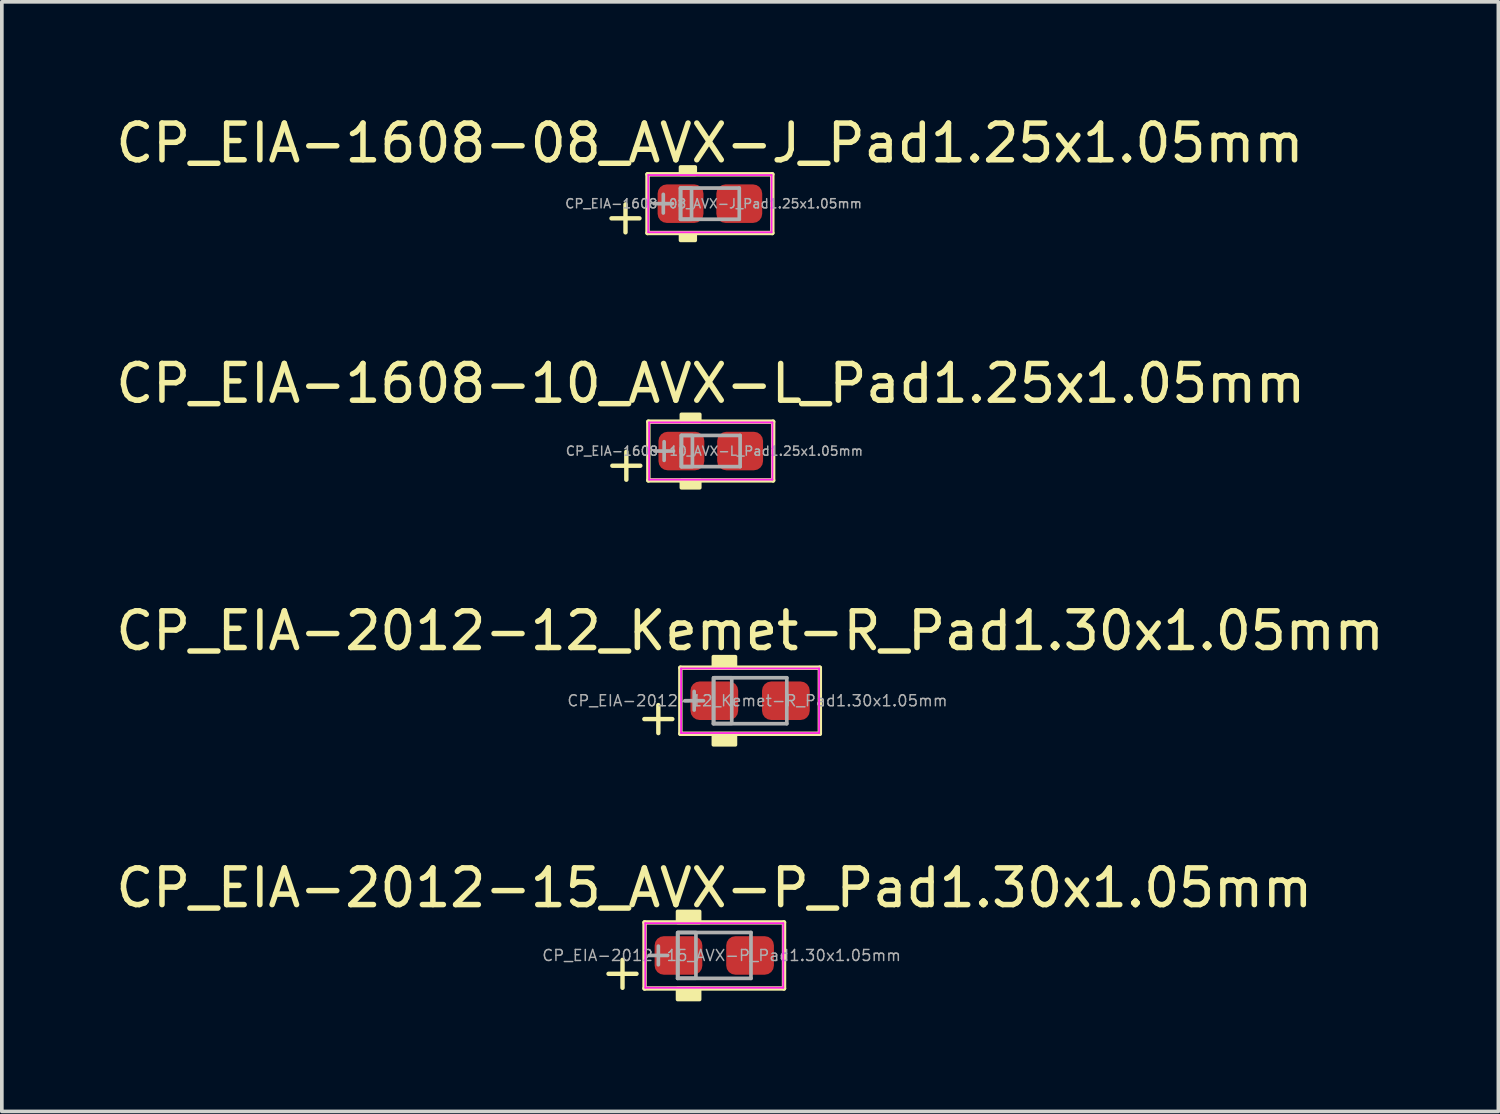
<source format=kicad_pcb>
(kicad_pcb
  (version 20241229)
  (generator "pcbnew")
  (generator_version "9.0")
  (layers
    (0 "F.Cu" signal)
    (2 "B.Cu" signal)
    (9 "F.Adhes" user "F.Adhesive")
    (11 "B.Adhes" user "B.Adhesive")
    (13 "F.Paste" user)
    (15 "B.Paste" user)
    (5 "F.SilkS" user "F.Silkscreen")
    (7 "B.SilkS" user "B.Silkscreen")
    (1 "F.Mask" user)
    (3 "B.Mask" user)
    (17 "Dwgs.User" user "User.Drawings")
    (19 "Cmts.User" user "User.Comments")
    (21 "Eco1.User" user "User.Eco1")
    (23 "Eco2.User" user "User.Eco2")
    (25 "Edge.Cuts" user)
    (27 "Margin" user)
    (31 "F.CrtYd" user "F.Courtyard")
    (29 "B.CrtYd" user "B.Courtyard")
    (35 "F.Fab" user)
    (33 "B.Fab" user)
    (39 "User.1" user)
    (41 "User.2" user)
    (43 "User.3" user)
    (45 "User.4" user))
  (footprint "CP_EIA-2012-15_AVX-P_Pad1.30x1.05mm"
    (layer "F.Cu")
    (at 16.411 22.982)
    (property "Reference" "CP_EIA-2012-15_AVX-P_Pad1.30x1.05mm" (at 0 -1.841 0) (layer "F.SilkS") (effects (font (size 1 1) (thickness 0.15))))
    (attr smd)
    (fp_line (start -2.881 0.5) (end -2.119 0.5) (stroke (width 0.12) (type solid)) (layer "F.SilkS"))
    (fp_line (start -2.5 0.119) (end -2.5 0.881) (stroke (width 0.12) (type solid)) (layer "F.SilkS"))
    (fp_line (start -1.9 -0.9) (end -1.9 0.9) (stroke (width 0.12) (type solid)) (layer "F.SilkS"))
    (fp_line (start -1.9 0.9) (end 1.9 0.9) (stroke (width 0.12) (type solid)) (layer "F.SilkS"))
    (fp_line (start 1.9 -0.9) (end -1.9 -0.9) (stroke (width 0.12) (type solid)) (layer "F.SilkS"))
    (fp_line (start 1.9 0.9) (end 1.9 -0.9) (stroke (width 0.12) (type solid)) (layer "F.SilkS"))
    (fp_poly (pts (xy -0.4 -0.9) (xy -1 -0.9) (xy -1 -1.2) (xy -0.4 -1.2)) (stroke (width 0.1) (type solid)) (fill yes) (layer "F.SilkS"))
    (fp_poly (pts (xy -0.4 1.2) (xy -1 1.2) (xy -1 0.9) (xy -0.4 0.9)) (stroke (width 0.1) (type solid)) (fill yes) (layer "F.SilkS"))
    (fp_line (start -1.88 -0.88) (end 1.88 -0.88) (stroke (width 0.05) (type solid)) (layer "F.CrtYd"))
    (fp_line (start -1.88 0.88) (end -1.88 -0.88) (stroke (width 0.05) (type solid)) (layer "F.CrtYd"))
    (fp_line (start 1.88 -0.88) (end 1.88 0.88) (stroke (width 0.05) (type solid)) (layer "F.CrtYd"))
    (fp_line (start 1.88 0.88) (end -1.88 0.88) (stroke (width 0.05) (type solid)) (layer "F.CrtYd"))
    (fp_line (start -1.524 -0.254) (end -1.524 0.254) (stroke (width 0.1) (type solid)) (layer "F.Fab"))
    (fp_line (start -1.27 0) (end -1.778 0) (stroke (width 0.1) (type solid)) (layer "F.Fab"))
    (fp_line (start -1 -0.62) (end -1 0.625) (stroke (width 0.1) (type solid)) (layer "F.Fab"))
    (fp_line (start -1 0.625) (end 1 0.625) (stroke (width 0.1) (type solid)) (layer "F.Fab"))
    (fp_line (start 1 -0.625) (end -0.99 -0.625) (stroke (width 0.1) (type solid)) (layer "F.Fab"))
    (fp_line (start 1 0.625) (end 1 -0.625) (stroke (width 0.1) (type solid)) (layer "F.Fab"))
    (fp_rect (start -0.99 -0.625) (end -0.5 0.62) (stroke (width 0.1) (type solid)) (fill no) (layer "F.Fab"))
    (fp_text user "${REFERENCE}" (at 0.2 0 0) (layer "F.Fab") (effects (font (size 0.3 0.3) (thickness 0.04))))
    (pad "1" smd roundrect (at -0.975 0) (size 1.3 1.05) (layers "F.Cu" "F.Mask" "F.Paste") (roundrect_rratio 0.238))
    (pad "2" smd roundrect (at 0.975 0) (size 1.3 1.05) (layers "F.Cu" "F.Mask" "F.Paste") (roundrect_rratio 0.238)))
  (footprint "CP_EIA-1608-10_AVX-L_Pad1.25x1.05mm"
    (layer "F.Cu")
    (at 16.315 9.239)
    (property "Reference" "CP_EIA-1608-10_AVX-L_Pad1.25x1.05mm" (at 0 -1.841 0) (layer "F.SilkS") (effects (font (size 1 1) (thickness 0.15))))
    (attr smd)
    (fp_line (start -2.681 0.4) (end -1.919 0.4) (stroke (width 0.12) (type solid)) (layer "F.SilkS"))
    (fp_line (start -2.3 0.019) (end -2.3 0.781) (stroke (width 0.12) (type solid)) (layer "F.SilkS"))
    (fp_line (start -1.7 -0.8) (end -1.7 0.8) (stroke (width 0.12) (type solid)) (layer "F.SilkS"))
    (fp_line (start -1.7 0.8) (end 1.7 0.8) (stroke (width 0.12) (type solid)) (layer "F.SilkS"))
    (fp_line (start 1.7 -0.8) (end -1.7 -0.8) (stroke (width 0.12) (type solid)) (layer "F.SilkS"))
    (fp_line (start 1.7 0.8) (end 1.7 -0.8) (stroke (width 0.12) (type solid)) (layer "F.SilkS"))
    (fp_poly (pts (xy -0.3 -0.8) (xy -0.8 -0.8) (xy -0.8 -1) (xy -0.3 -1)) (stroke (width 0.1) (type solid)) (fill yes) (layer "F.SilkS"))
    (fp_poly (pts (xy -0.3 1) (xy -0.8 1) (xy -0.8 0.8) (xy -0.3 0.8)) (stroke (width 0.1) (type solid)) (fill yes) (layer "F.SilkS"))
    (fp_line (start -1.68 -0.78) (end 1.68 -0.78) (stroke (width 0.05) (type solid)) (layer "F.CrtYd"))
    (fp_line (start -1.68 0.78) (end -1.68 -0.78) (stroke (width 0.05) (type solid)) (layer "F.CrtYd"))
    (fp_line (start 1.68 -0.78) (end 1.68 0.78) (stroke (width 0.05) (type solid)) (layer "F.CrtYd"))
    (fp_line (start 1.68 0.78) (end -1.68 0.78) (stroke (width 0.05) (type solid)) (layer "F.CrtYd"))
    (fp_line (start -1.27 -0.254) (end -1.27 0.254) (stroke (width 0.1) (type solid)) (layer "F.Fab"))
    (fp_line (start -1.016 0) (end -1.524 0) (stroke (width 0.1) (type solid)) (layer "F.Fab"))
    (fp_line (start -0.8 -0.425) (end -0.8 0.425) (stroke (width 0.1) (type solid)) (layer "F.Fab"))
    (fp_line (start -0.8 0.425) (end 0.8 0.425) (stroke (width 0.1) (type solid)) (layer "F.Fab"))
    (fp_line (start 0.8 -0.425) (end -0.8 -0.425) (stroke (width 0.1) (type solid)) (layer "F.Fab"))
    (fp_line (start 0.8 0.425) (end 0.8 -0.425) (stroke (width 0.1) (type solid)) (layer "F.Fab"))
    (fp_rect (start -0.8 -0.425) (end -0.5 0.425) (stroke (width 0.1) (type solid)) (fill no) (layer "F.Fab"))
    (fp_text user "${REFERENCE}" (at 0.1 0 0) (layer "F.Fab") (effects (font (size 0.25 0.25) (thickness 0.04))))
    (pad "1" smd roundrect (at -0.8 0) (size 1.25 1.05) (layers "F.Cu" "F.Mask" "F.Paste") (roundrect_rratio 0.238))
    (pad "2" smd roundrect (at 0.8 0) (size 1.25 1.05) (layers "F.Cu" "F.Mask" "F.Paste") (roundrect_rratio 0.238)))
  (footprint "CP_EIA-2012-12_Kemet-R_Pad1.30x1.05mm"
    (layer "F.Cu")
    (at 17.387 16.042)
    (property "Reference" "CP_EIA-2012-12_Kemet-R_Pad1.30x1.05mm" (at 0 -1.905 0) (layer "F.SilkS") (effects (font (size 1 1) (thickness 0.15))))
    (attr smd)
    (fp_line (start -2.881 0.5) (end -2.119 0.5) (stroke (width 0.12) (type solid)) (layer "F.SilkS"))
    (fp_line (start -2.5 0.119) (end -2.5 0.881) (stroke (width 0.12) (type solid)) (layer "F.SilkS"))
    (fp_line (start -1.9 -0.9) (end -1.9 0.9) (stroke (width 0.12) (type solid)) (layer "F.SilkS"))
    (fp_line (start -1.9 0.9) (end 1.9 0.9) (stroke (width 0.12) (type solid)) (layer "F.SilkS"))
    (fp_line (start 1.9 -0.9) (end -1.9 -0.9) (stroke (width 0.12) (type solid)) (layer "F.SilkS"))
    (fp_line (start 1.9 0.9) (end 1.9 -0.9) (stroke (width 0.12) (type solid)) (layer "F.SilkS"))
    (fp_poly (pts (xy -0.4 -0.9) (xy -1 -0.9) (xy -1 -1.2) (xy -0.4 -1.2)) (stroke (width 0.1) (type solid)) (fill yes) (layer "F.SilkS"))
    (fp_poly (pts (xy -0.4 1.2) (xy -1 1.2) (xy -1 0.9) (xy -0.4 0.9)) (stroke (width 0.1) (type solid)) (fill yes) (layer "F.SilkS"))
    (fp_line (start -1.88 -0.88) (end 1.88 -0.88) (stroke (width 0.05) (type solid)) (layer "F.CrtYd"))
    (fp_line (start -1.88 0.88) (end -1.88 -0.88) (stroke (width 0.05) (type solid)) (layer "F.CrtYd"))
    (fp_line (start 1.88 -0.88) (end 1.88 0.88) (stroke (width 0.05) (type solid)) (layer "F.CrtYd"))
    (fp_line (start 1.88 0.88) (end -1.88 0.88) (stroke (width 0.05) (type solid)) (layer "F.CrtYd"))
    (fp_line (start -1.524 -0.254) (end -1.524 0.254) (stroke (width 0.1) (type solid)) (layer "F.Fab"))
    (fp_line (start -1.27 0) (end -1.778 0) (stroke (width 0.1) (type solid)) (layer "F.Fab"))
    (fp_line (start -1 -0.62) (end -1 0.625) (stroke (width 0.1) (type solid)) (layer "F.Fab"))
    (fp_line (start -1 0.625) (end 1 0.625) (stroke (width 0.1) (type solid)) (layer "F.Fab"))
    (fp_line (start 1 -0.625) (end -0.99 -0.625) (stroke (width 0.1) (type solid)) (layer "F.Fab"))
    (fp_line (start 1 0.625) (end 1 -0.625) (stroke (width 0.1) (type solid)) (layer "F.Fab"))
    (fp_rect (start -0.99 -0.625) (end -0.5 0.62) (stroke (width 0.1) (type solid)) (fill no) (layer "F.Fab"))
    (fp_text user "${REFERENCE}" (at 0.2 0 0) (layer "F.Fab") (effects (font (size 0.3 0.3) (thickness 0.04))))
    (pad "1" smd roundrect (at -0.975 0) (size 1.3 1.05) (layers "F.Cu" "F.Mask" "F.Paste") (roundrect_rratio 0.238))
    (pad "2" smd roundrect (at 0.975 0) (size 1.3 1.05) (layers "F.Cu" "F.Mask" "F.Paste") (roundrect_rratio 0.238)))
  (footprint "CP_EIA-1608-08_AVX-J_Pad1.25x1.05mm"
    (layer "F.Cu")
    (at 16.292 2.499)
    (property "Reference" "CP_EIA-1608-08_AVX-J_Pad1.25x1.05mm" (at 0 -1.651 0) (layer "F.SilkS") (effects (font (size 1 1) (thickness 0.15))))
    (attr smd)
    (fp_line (start -2.681 0.4) (end -1.919 0.4) (stroke (width 0.12) (type solid)) (layer "F.SilkS"))
    (fp_line (start -2.3 0.019) (end -2.3 0.781) (stroke (width 0.12) (type solid)) (layer "F.SilkS"))
    (fp_line (start -1.7 -0.8) (end -1.7 0.8) (stroke (width 0.12) (type solid)) (layer "F.SilkS"))
    (fp_line (start -1.7 0.8) (end 1.7 0.8) (stroke (width 0.12) (type solid)) (layer "F.SilkS"))
    (fp_line (start 1.7 -0.8) (end -1.7 -0.8) (stroke (width 0.12) (type solid)) (layer "F.SilkS"))
    (fp_line (start 1.7 0.8) (end 1.7 -0.8) (stroke (width 0.12) (type solid)) (layer "F.SilkS"))
    (fp_poly (pts (xy -0.4 -0.8) (xy -0.8 -0.8) (xy -0.8 -1) (xy -0.4 -1)) (stroke (width 0.1) (type solid)) (fill yes) (layer "F.SilkS"))
    (fp_poly (pts (xy -0.4 1) (xy -0.8 1) (xy -0.8 0.8) (xy -0.4 0.8)) (stroke (width 0.1) (type solid)) (fill yes) (layer "F.SilkS"))
    (fp_line (start -1.68 -0.78) (end 1.68 -0.78) (stroke (width 0.05) (type solid)) (layer "F.CrtYd"))
    (fp_line (start -1.68 0.78) (end -1.68 -0.78) (stroke (width 0.05) (type solid)) (layer "F.CrtYd"))
    (fp_line (start 1.68 -0.78) (end 1.68 0.78) (stroke (width 0.05) (type solid)) (layer "F.CrtYd"))
    (fp_line (start 1.68 0.78) (end -1.68 0.78) (stroke (width 0.05) (type solid)) (layer "F.CrtYd"))
    (fp_line (start -1.27 -0.254) (end -1.27 0.254) (stroke (width 0.1) (type solid)) (layer "F.Fab"))
    (fp_line (start -1.016 0) (end -1.524 0) (stroke (width 0.1) (type solid)) (layer "F.Fab"))
    (fp_line (start -0.8 -0.425) (end -0.8 0.425) (stroke (width 0.1) (type solid)) (layer "F.Fab"))
    (fp_line (start -0.8 0.425) (end 0.8 0.425) (stroke (width 0.1) (type solid)) (layer "F.Fab"))
    (fp_line (start 0.8 -0.425) (end -0.8 -0.425) (stroke (width 0.1) (type solid)) (layer "F.Fab"))
    (fp_line (start 0.8 0.425) (end 0.8 -0.425) (stroke (width 0.1) (type solid)) (layer "F.Fab"))
    (fp_rect (start -0.8 -0.425) (end -0.5 0.425) (stroke (width 0.1) (type solid)) (fill no) (layer "F.Fab"))
    (fp_text user "${REFERENCE}" (at 0.1 0 0) (layer "F.Fab") (effects (font (size 0.25 0.25) (thickness 0.04))))
    (pad "1" smd roundrect (at -0.8 0) (size 1.25 1.05) (layers "F.Cu" "F.Mask" "F.Paste") (roundrect_rratio 0.238))
    (pad "2" smd roundrect (at 0.8 0) (size 1.25 1.05) (layers "F.Cu" "F.Mask" "F.Paste") (roundrect_rratio 0.238)))
  (gr_rect
    (start -3 -3)
    (end 37.774 27.232)
    (stroke (width 0.1) (type default))
    (fill no)
    (layer "Edge.Cuts")))
</source>
